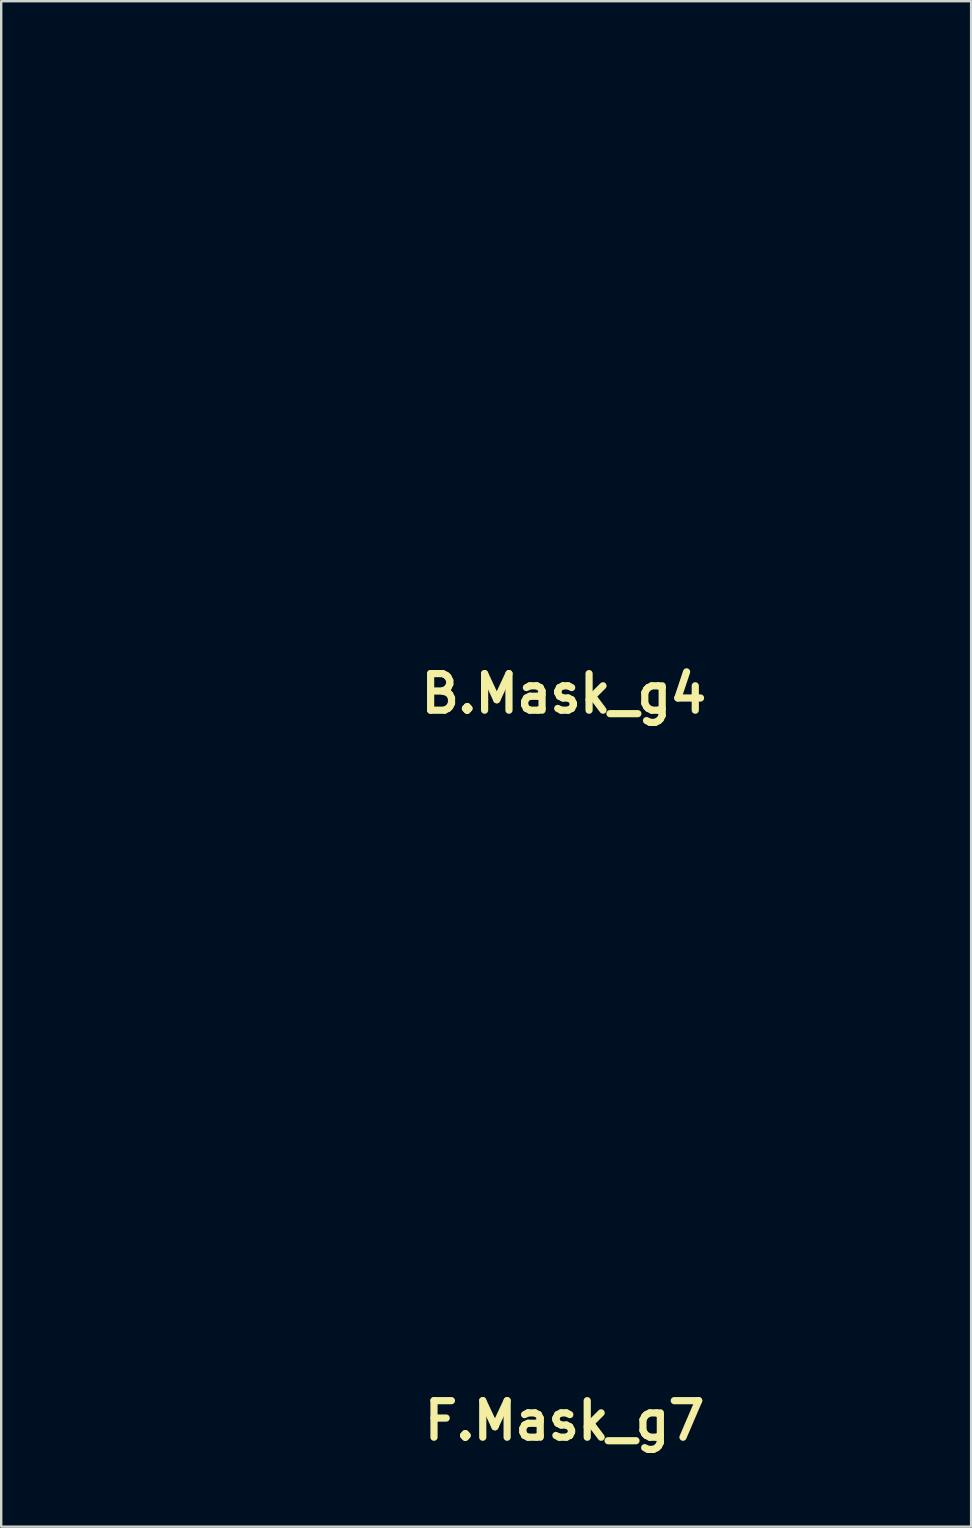
<source format=kicad_pcb>
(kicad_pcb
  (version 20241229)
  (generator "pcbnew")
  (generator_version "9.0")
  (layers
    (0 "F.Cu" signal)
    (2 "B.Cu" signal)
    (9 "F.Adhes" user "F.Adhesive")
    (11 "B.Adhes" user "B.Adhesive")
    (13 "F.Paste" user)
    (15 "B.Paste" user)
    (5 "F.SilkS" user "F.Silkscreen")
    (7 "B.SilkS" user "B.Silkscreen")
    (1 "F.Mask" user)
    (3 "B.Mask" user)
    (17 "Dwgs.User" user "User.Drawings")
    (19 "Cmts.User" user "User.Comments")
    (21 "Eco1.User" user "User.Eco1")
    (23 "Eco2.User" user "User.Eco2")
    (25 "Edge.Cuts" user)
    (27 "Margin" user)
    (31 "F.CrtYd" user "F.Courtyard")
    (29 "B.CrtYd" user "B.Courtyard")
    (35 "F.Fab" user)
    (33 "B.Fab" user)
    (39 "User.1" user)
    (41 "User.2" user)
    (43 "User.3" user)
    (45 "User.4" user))
  (footprint "F.Mask_g7"
    (layer "F.Cu")
    (at 20.482 56.164)
    (property "Reference" "F.Mask_g7" (at 0 0 0) (layer "F.SilkS") (effects (font (size 1.524 1.524) (thickness 0.3))))
    (attr through_hole)
    (fp_poly (pts (xy -5.025 -25.823) (xy -3.436 -25.709) (xy -1.846 -25.54) (xy -0.286 -25.318) (xy 1.212 -25.044) (xy 1.778 -24.923) (xy 2.814 -24.676) (xy 3.786 -24.408) (xy 4.724 -24.107) (xy 5.661 -23.763) (xy 6.628 -23.363) (xy 7.657 -22.895) (xy 8.778 -22.347) (xy 9.322 -22.071) (xy 11.489 -20.96) (xy 11.589 -20.209) (xy 11.817 -19.074) (xy 12.186 -18.031) (xy 12.698 -17.076) (xy 13.265 -16.309) (xy 13.562 -15.956) (xy 13.762 -15.69) (xy 13.882 -15.474) (xy 13.936 -15.268) (xy 13.939 -15.031) (xy 13.906 -14.723) (xy 13.892 -14.623) (xy 13.736 -13.883) (xy 13.474 -13.251) (xy 13.088 -12.703) (xy 12.564 -12.215) (xy 12.016 -11.841) (xy 11.707 -11.645) (xy 11.482 -11.468) (xy 11.296 -11.265) (xy 11.105 -10.989) (xy 10.954 -10.746) (xy 10.635 -10.254) (xy 10.295 -9.804) (xy 9.915 -9.378) (xy 9.473 -8.958) (xy 8.95 -8.524) (xy 8.325 -8.057) (xy 7.577 -7.538) (xy 7.281 -7.339) (xy 6.514 -6.849) (xy 5.821 -6.454) (xy 5.158 -6.132) (xy 4.478 -5.861) (xy 3.979 -5.692) (xy 2.882 -5.408) (xy 1.692 -5.217) (xy 0.461 -5.127) (xy -0.758 -5.141) (xy -1.134 -5.168) (xy -1.551 -5.213) (xy -2.068 -5.283) (xy -2.62 -5.367) (xy -3.141 -5.457) (xy -3.144 -5.457) (xy -4.316 -5.673) (xy -4.973 -5.483) (xy -5.243 -5.411) (xy -5.501 -5.36) (xy -5.785 -5.325) (xy -6.13 -5.305) (xy -6.574 -5.295) (xy -7.112 -5.293) (xy -7.843 -5.301) (xy -8.462 -5.334) (xy -9.019 -5.397) (xy -9.564 -5.501) (xy -10.148 -5.652) (xy -10.822 -5.86) (xy -11.049 -5.935) (xy -12.504 -6.492) (xy -13.854 -7.16) (xy -14.736 -7.711) (xy -5.623 -7.711) (xy -5.427 -7.502) (xy -5.145 -7.256) (xy -4.835 -7.11) (xy -4.449 -7.05) (xy -4.064 -7.052) (xy -3.604 -7.099) (xy -3.233 -7.199) (xy -3 -7.303) (xy -2.742 -7.448) (xy -2.539 -7.586) (xy -2.462 -7.654) (xy -2.431 -7.716) (xy -2.502 -7.719) (xy -2.696 -7.661) (xy -2.848 -7.607) (xy -3.268 -7.497) (xy -3.763 -7.432) (xy -4.279 -7.413) (xy -4.762 -7.441) (xy -5.159 -7.516) (xy -5.288 -7.563) (xy -5.623 -7.711) (xy -14.736 -7.711) (xy -15.091 -7.933) (xy -16.209 -8.804) (xy -17.198 -9.768) (xy -18.052 -10.819) (xy -18.764 -11.95) (xy -18.985 -12.378) (xy -19.141 -12.698) (xy -19.336 -13.1) (xy -7.77 -13.1) (xy -7.753 -12.614) (xy -7.59 -12.145) (xy -7.294 -11.706) (xy -6.877 -11.31) (xy -6.35 -10.971) (xy -5.726 -10.703) (xy -5.017 -10.518) (xy -4.877 -10.493) (xy -4.434 -10.457) (xy -3.902 -10.462) (xy -3.352 -10.504) (xy -2.854 -10.579) (xy -2.604 -10.639) (xy -1.905 -10.904) (xy -1.327 -11.238) (xy -0.876 -11.63) (xy -0.557 -12.065) (xy -0.377 -12.529) (xy -0.342 -13.011) (xy -0.457 -13.496) (xy -0.729 -13.971) (xy -0.994 -14.27) (xy -1.52 -14.673) (xy -2.158 -14.982) (xy -2.877 -15.195) (xy -3.644 -15.308) (xy -4.428 -15.317) (xy -5.197 -15.219) (xy -5.92 -15.011) (xy -6.275 -14.854) (xy -6.71 -14.587) (xy -7.113 -14.253) (xy -7.439 -13.896) (xy -7.631 -13.589) (xy -7.77 -13.1) (xy -19.336 -13.1) (xy -19.344 -13.116) (xy -19.57 -13.58) (xy -19.792 -14.037) (xy -19.801 -14.055) (xy -20.084 -14.663) (xy -20.283 -15.168) (xy -20.408 -15.609) (xy -20.469 -16.022) (xy -20.477 -16.446) (xy -20.465 -16.646) (xy -20.404 -17.099) (xy -20.385 -17.186) (xy 1.503 -17.186) (xy 1.518 -17.111) (xy 1.643 -17.13) (xy 1.883 -17.23) (xy 1.889 -17.233) (xy 2.222 -17.367) (xy 2.617 -17.5) (xy 2.875 -17.574) (xy 3.35 -17.654) (xy 3.794 -17.629) (xy 4.249 -17.491) (xy 4.757 -17.231) (xy 4.877 -17.158) (xy 5.149 -17) (xy 5.362 -16.896) (xy 5.479 -16.862) (xy 5.49 -16.869) (xy 5.471 -16.977) (xy 5.392 -17.187) (xy 5.291 -17.409) (xy 4.982 -17.866) (xy 4.579 -18.207) (xy 4.111 -18.428) (xy 3.606 -18.527) (xy 3.093 -18.502) (xy 2.6 -18.351) (xy 2.156 -18.073) (xy 1.795 -17.672) (xy 1.596 -17.368) (xy 1.503 -17.186) (xy -20.385 -17.186) (xy -20.296 -17.574) (xy -20.154 -18.034) (xy -20.003 -18.41) (xy -13.695 -18.41) (xy -13.688 -18.401) (xy -13.591 -18.407) (xy -13.384 -18.469) (xy -13.112 -18.575) (xy -13.104 -18.578) (xy -12.47 -18.802) (xy -11.904 -18.894) (xy -11.368 -18.851) (xy -10.822 -18.67) (xy -10.335 -18.416) (xy -10.048 -18.247) (xy -9.823 -18.116) (xy -9.694 -18.044) (xy -9.677 -18.035) (xy -9.692 -18.106) (xy -9.749 -18.285) (xy -9.784 -18.388) (xy -10.054 -18.919) (xy -10.455 -19.343) (xy -10.734 -19.535) (xy -11.177 -19.711) (xy -11.684 -19.78) (xy -12.194 -19.741) (xy -12.642 -19.592) (xy -12.658 -19.584) (xy -12.904 -19.422) (xy -13.157 -19.205) (xy -13.39 -18.963) (xy -13.576 -18.73) (xy -13.687 -18.535) (xy -13.695 -18.41) (xy -20.003 -18.41) (xy -19.991 -18.439) (xy -19.821 -18.75) (xy -19.668 -18.923) (xy -19.118 -19.415) (xy -18.635 -20.055) (xy -18.223 -20.833) (xy -17.969 -21.52) (xy -14.22 -21.52) (xy -14.171 -21.124) (xy -14.014 -20.846) (xy -13.799 -20.648) (xy -13.56 -20.507) (xy -13.518 -20.492) (xy -13.246 -20.447) (xy -12.853 -20.434) (xy -12.387 -20.449) (xy -11.893 -20.491) (xy -11.417 -20.555) (xy -11.006 -20.639) (xy -10.937 -20.658) (xy -10.151 -20.933) (xy -9.497 -21.275) (xy -8.99 -21.673) (xy 2.115 -21.673) (xy 2.208 -21.169) (xy 2.445 -20.683) (xy 2.816 -20.225) (xy 3.314 -19.805) (xy 3.93 -19.432) (xy 4.655 -19.117) (xy 5.48 -18.871) (xy 5.63 -18.837) (xy 6.274 -18.734) (xy 6.794 -18.739) (xy 7.146 -18.829) (xy 7.44 -19.005) (xy 7.617 -19.256) (xy 7.696 -19.612) (xy 7.705 -19.827) (xy 7.691 -20.097) (xy 7.64 -20.345) (xy 7.534 -20.624) (xy 7.357 -20.989) (xy 7.339 -21.024) (xy 6.853 -21.857) (xy 6.333 -22.533) (xy 5.768 -23.061) (xy 5.149 -23.452) (xy 5.029 -23.51) (xy 4.464 -23.683) (xy 3.904 -23.695) (xy 3.372 -23.556) (xy 2.895 -23.271) (xy 2.496 -22.851) (xy 2.392 -22.691) (xy 2.173 -22.183) (xy 2.115 -21.673) (xy -8.99 -21.673) (xy -8.984 -21.677) (xy -8.617 -22.134) (xy -8.402 -22.639) (xy -8.345 -23.114) (xy -8.429 -23.626) (xy -8.652 -24.111) (xy -8.986 -24.531) (xy -9.404 -24.848) (xy -9.692 -24.976) (xy -10.143 -25.054) (xy -10.665 -25.03) (xy -11.199 -24.912) (xy -11.561 -24.77) (xy -11.891 -24.567) (xy -12.283 -24.259) (xy -12.703 -23.878) (xy -13.116 -23.458) (xy -13.489 -23.033) (xy -13.787 -22.636) (xy -13.879 -22.491) (xy -14.122 -21.979) (xy -14.22 -21.52) (xy -17.969 -21.52) (xy -17.888 -21.738) (xy -17.635 -22.762) (xy -17.612 -22.882) (xy -17.507 -23.454) (xy -16.394 -23.997) (xy -15.085 -24.583) (xy -13.798 -25.041) (xy -12.478 -25.39) (xy -11.073 -25.645) (xy -10.748 -25.69) (xy -9.474 -25.815) (xy -8.075 -25.878) (xy -6.581 -25.88) (xy -5.025 -25.823)) (stroke (width 0.01) (type solid)) (fill yes) (layer "F.Mask")))
  (footprint "B.Mask_g4"
    (layer "F.Cu")
    (at 20.45 25.861)
    (property "Reference" "B.Mask_g4" (at 0 0 0) (layer "F.SilkS") (effects (font (size 1.524 1.524) (thickness 0.3))))
    (attr through_hole)
    (fp_poly (pts (xy -5.162 -25.807) (xy -3.508 -25.696) (xy -1.854 -25.524) (xy -0.23 -25.295) (xy 1.332 -25.009) (xy 2.802 -24.669) (xy 2.921 -24.638) (xy 4.189 -24.273) (xy 5.414 -23.853) (xy 6.637 -23.362) (xy 7.904 -22.782) (xy 8.975 -22.245) (xy 9.477 -21.984) (xy 9.971 -21.73) (xy 10.42 -21.501) (xy 10.788 -21.314) (xy 11.028 -21.195) (xy 11.599 -20.915) (xy 11.599 -20.459) (xy 11.636 -20.027) (xy 11.735 -19.499) (xy 11.883 -18.928) (xy 12.065 -18.369) (xy 12.267 -17.875) (xy 12.315 -17.776) (xy 12.68 -17.111) (xy 13.059 -16.552) (xy 13.493 -16.042) (xy 13.562 -15.97) (xy 13.782 -15.73) (xy 13.905 -15.55) (xy 13.958 -15.375) (xy 13.97 -15.151) (xy 13.894 -14.329) (xy 13.668 -13.586) (xy 13.294 -12.923) (xy 12.774 -12.345) (xy 12.11 -11.854) (xy 11.929 -11.75) (xy 11.695 -11.612) (xy 11.513 -11.473) (xy 11.351 -11.295) (xy 11.176 -11.043) (xy 10.953 -10.679) (xy 10.946 -10.669) (xy 10.562 -10.089) (xy 10.116 -9.547) (xy 9.583 -9.017) (xy 8.939 -8.476) (xy 8.247 -7.96) (xy 7.356 -7.343) (xy 6.556 -6.833) (xy 5.817 -6.415) (xy 5.11 -6.073) (xy 4.406 -5.795) (xy 3.676 -5.566) (xy 3.09 -5.417) (xy 1.89 -5.204) (xy 0.609 -5.104) (xy -0.704 -5.118) (xy -1.405 -5.175) (xy -1.764 -5.219) (xy -2.227 -5.288) (xy -2.736 -5.37) (xy -3.211 -5.454) (xy -3.678 -5.537) (xy -4.014 -5.588) (xy -4.254 -5.609) (xy -4.432 -5.603) (xy -4.582 -5.57) (xy -4.651 -5.548) (xy -5.233 -5.393) (xy -5.937 -5.298) (xy -6.777 -5.262) (xy -7.555 -5.275) (xy -8.535 -5.342) (xy -9.454 -5.475) (xy -10.35 -5.684) (xy -11.26 -5.98) (xy -12.221 -6.372) (xy -13.166 -6.817) (xy -14.459 -7.529) (xy -14.688 -7.685) (xy -5.607 -7.685) (xy -5.352 -7.43) (xy -4.973 -7.165) (xy -4.503 -7.022) (xy -3.975 -7.003) (xy -3.419 -7.111) (xy -3.09 -7.235) (xy -2.805 -7.38) (xy -2.551 -7.535) (xy -2.455 -7.606) (xy -2.244 -7.787) (xy -2.752 -7.612) (xy -3.366 -7.454) (xy -4.005 -7.386) (xy -4.613 -7.408) (xy -5.111 -7.516) (xy -5.607 -7.685) (xy -14.688 -7.685) (xy -15.604 -8.309) (xy -16.612 -9.17) (xy -17.495 -10.122) (xy -18.264 -11.176) (xy -18.93 -12.343) (xy -19.064 -12.615) (xy -19.186 -12.869) (xy -7.744 -12.869) (xy -7.664 -12.362) (xy -7.436 -11.895) (xy -7.078 -11.476) (xy -6.608 -11.116) (xy -6.045 -10.821) (xy -5.407 -10.603) (xy -4.712 -10.468) (xy -3.979 -10.427) (xy -3.226 -10.487) (xy -2.921 -10.542) (xy -2.214 -10.747) (xy -1.595 -11.037) (xy -1.082 -11.399) (xy -0.688 -11.819) (xy -0.429 -12.284) (xy -0.321 -12.778) (xy -0.319 -12.861) (xy -0.4 -13.397) (xy -0.638 -13.885) (xy -1.025 -14.318) (xy -1.555 -14.689) (xy -2.22 -14.991) (xy -2.773 -15.161) (xy -3.513 -15.293) (xy -4.248 -15.318) (xy -4.961 -15.244) (xy -5.631 -15.081) (xy -6.241 -14.837) (xy -6.773 -14.52) (xy -7.206 -14.14) (xy -7.524 -13.703) (xy -7.707 -13.221) (xy -7.744 -12.869) (xy -19.186 -12.869) (xy -19.266 -13.036) (xy -19.458 -13.432) (xy -19.621 -13.763) (xy -19.734 -13.988) (xy -19.747 -14.012) (xy -19.979 -14.461) (xy -20.144 -14.801) (xy -20.256 -15.072) (xy -20.331 -15.313) (xy -20.384 -15.563) (xy -20.405 -15.694) (xy -20.445 -16.477) (xy -20.361 -17.1) (xy 1.535 -17.1) (xy 1.659 -17.098) (xy 1.841 -17.174) (xy 2.509 -17.451) (xy 3.139 -17.585) (xy 3.637 -17.596) (xy 3.949 -17.568) (xy 4.201 -17.511) (xy 4.455 -17.402) (xy 4.775 -17.22) (xy 4.837 -17.182) (xy 5.174 -16.988) (xy 5.385 -16.902) (xy 5.478 -16.929) (xy 5.459 -17.074) (xy 5.337 -17.34) (xy 5.276 -17.455) (xy 4.931 -17.927) (xy 4.482 -18.266) (xy 3.972 -18.459) (xy 3.388 -18.52) (xy 2.84 -18.417) (xy 2.336 -18.155) (xy 1.885 -17.737) (xy 1.664 -17.444) (xy 1.536 -17.215) (xy 1.535 -17.1) (xy -20.361 -17.1) (xy -20.332 -17.313) (xy -20.068 -18.186) (xy -20.06 -18.205) (xy -19.994 -18.362) (xy -13.716 -18.362) (xy -13.645 -18.362) (xy -13.457 -18.421) (xy -13.188 -18.528) (xy -13.102 -18.565) (xy -12.757 -18.706) (xy -12.468 -18.788) (xy -12.161 -18.826) (xy -11.762 -18.836) (xy -11.407 -18.834) (xy -11.158 -18.812) (xy -10.952 -18.754) (xy -10.729 -18.642) (xy -10.427 -18.457) (xy -10.407 -18.445) (xy -10.064 -18.233) (xy -9.842 -18.107) (xy -9.719 -18.06) (xy -9.674 -18.086) (xy -9.684 -18.178) (xy -9.697 -18.224) (xy -9.852 -18.584) (xy -10.087 -18.955) (xy -10.353 -19.263) (xy -10.454 -19.351) (xy -10.947 -19.627) (xy -11.48 -19.755) (xy -12.023 -19.74) (xy -12.546 -19.588) (xy -13.018 -19.303) (xy -13.408 -18.891) (xy -13.451 -18.828) (xy -13.596 -18.599) (xy -13.692 -18.425) (xy -13.716 -18.362) (xy -19.994 -18.362) (xy -19.902 -18.582) (xy -19.763 -18.826) (xy -19.624 -18.969) (xy -19.568 -19.002) (xy -19.161 -19.299) (xy -18.776 -19.75) (xy -18.421 -20.34) (xy -18.102 -21.055) (xy -18.04 -21.242) (xy -14.209 -21.242) (xy -14.157 -21.044) (xy -14.049 -20.882) (xy -13.862 -20.681) (xy -13.651 -20.545) (xy -13.382 -20.464) (xy -13.021 -20.43) (xy -12.535 -20.433) (xy -12.404 -20.438) (xy -11.958 -20.467) (xy -11.514 -20.515) (xy -11.136 -20.575) (xy -10.964 -20.613) (xy -10.186 -20.879) (xy -9.526 -21.22) (xy -8.997 -21.629) (xy -8.875 -21.777) (xy 2.132 -21.777) (xy 2.197 -21.271) (xy 2.407 -20.773) (xy 2.759 -20.296) (xy 3.248 -19.854) (xy 3.871 -19.463) (xy 3.941 -19.426) (xy 4.577 -19.144) (xy 5.226 -18.929) (xy 5.855 -18.789) (xy 6.434 -18.727) (xy 6.929 -18.751) (xy 7.245 -18.835) (xy 7.53 -19.041) (xy 7.708 -19.358) (xy 7.766 -19.758) (xy 7.749 -19.956) (xy 7.661 -20.284) (xy 7.491 -20.702) (xy 7.262 -21.168) (xy 6.997 -21.638) (xy 6.717 -22.069) (xy 6.527 -22.321) (xy 6.172 -22.7) (xy 5.754 -23.056) (xy 5.32 -23.355) (xy 4.916 -23.564) (xy 4.756 -23.619) (xy 4.166 -23.704) (xy 3.609 -23.623) (xy 3.095 -23.381) (xy 2.852 -23.194) (xy 2.455 -22.753) (xy 2.217 -22.275) (xy 2.132 -21.777) (xy -8.875 -21.777) (xy -8.613 -22.096) (xy -8.497 -22.31) (xy -8.335 -22.839) (xy -8.34 -23.365) (xy -8.51 -23.879) (xy -8.843 -24.369) (xy -8.953 -24.488) (xy -9.382 -24.818) (xy -9.872 -25.001) (xy -10.408 -25.042) (xy -10.976 -24.945) (xy -11.561 -24.716) (xy -12.147 -24.358) (xy -12.72 -23.877) (xy -13.266 -23.276) (xy -13.411 -23.089) (xy -13.721 -22.658) (xy -13.937 -22.316) (xy -14.076 -22.024) (xy -14.159 -21.746) (xy -14.195 -21.522) (xy -14.209 -21.242) (xy -18.04 -21.242) (xy -17.829 -21.88) (xy -17.63 -22.691) (xy -17.48 -23.41) (xy -16.437 -23.934) (xy -14.89 -24.624) (xy -13.318 -25.151) (xy -11.703 -25.52) (xy -11.159 -25.608) (xy -9.814 -25.759) (xy -8.345 -25.841) (xy -6.784 -25.856) (xy -5.162 -25.807)) (stroke (width 0.01) (type solid)) (fill yes) (layer "B.Mask")))
  (gr_rect
    (start -3 -3)
    (end 37.426 60.582)
    (stroke (width 0.1) (type default))
    (fill no)
    (layer "Edge.Cuts")))
</source>
